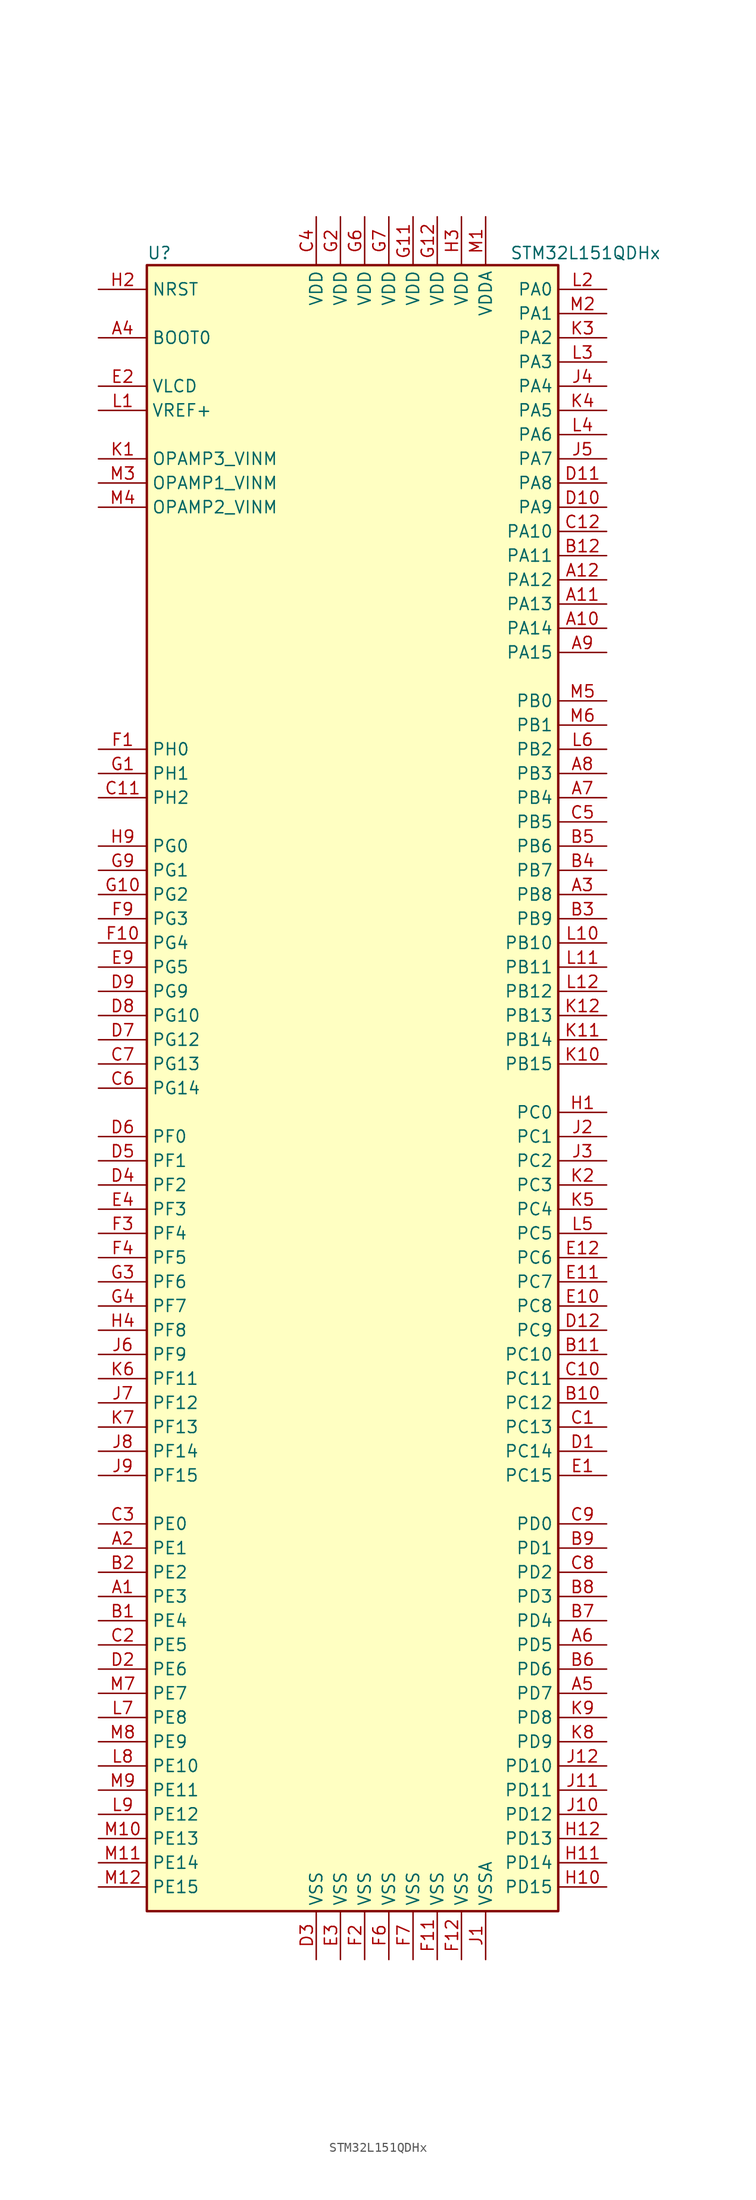
<source format=kicad_sym>
(kicad_symbol_lib
  (version 20201005)
  (generator kicad_symbol_editor)
  (symbol "STM32L151QDHx"
    (property "Reference" "U"
      (at -22.86 87.63 0)
      (effects (font (size 1.27 1.27)) (justify left)))
    (property "Value" "STM32L151QDHx"
      (at 15.24 87.63 0)
      (effects (font (size 1.27 1.27)) (justify left)))
    (symbol "STM32L151QDHx_0_1"
      (rectangle (start -22.86 -86.36) (end 20.32 86.36) (stroke (width 0.254)) (fill (type background))))
    (symbol "STM32L151QDHx_1_1"
      (pin input line (at -27.94 78.74 0) (length 5.08) (name "BOOT0" (effects (font (size 1.27 1.27)))) (number "A4" (effects (font (size 1.27 1.27)))))
      (pin input line (at -27.94 83.82 0) (length 5.08) (name "NRST" (effects (font (size 1.27 1.27)))) (number "H2" (effects (font (size 1.27 1.27)))))
      (pin bidirectional line (at -27.94 63.5 0) (length 5.08) (name "OPAMP1_VINM" (effects (font (size 1.27 1.27)))) (number "M3" (effects (font (size 1.27 1.27)))))
      (pin bidirectional line (at -27.94 60.96 0) (length 5.08) (name "OPAMP2_VINM" (effects (font (size 1.27 1.27)))) (number "M4" (effects (font (size 1.27 1.27)))))
      (pin bidirectional line (at -27.94 66.04 0) (length 5.08) (name "OPAMP3_VINM" (effects (font (size 1.27 1.27)))) (number "K1" (effects (font (size 1.27 1.27)))))
      (pin bidirectional line (at 25.4 83.82 180) (length 5.08) (name "PA0" (effects (font (size 1.27 1.27)))) (number "L2" (effects (font (size 1.27 1.27)))))
      (pin bidirectional line (at 25.4 81.28 180) (length 5.08) (name "PA1" (effects (font (size 1.27 1.27)))) (number "M2" (effects (font (size 1.27 1.27)))))
      (pin bidirectional line (at 25.4 58.42 180) (length 5.08) (name "PA10" (effects (font (size 1.27 1.27)))) (number "C12" (effects (font (size 1.27 1.27)))))
      (pin bidirectional line (at 25.4 55.88 180) (length 5.08) (name "PA11" (effects (font (size 1.27 1.27)))) (number "B12" (effects (font (size 1.27 1.27)))))
      (pin bidirectional line (at 25.4 53.34 180) (length 5.08) (name "PA12" (effects (font (size 1.27 1.27)))) (number "A12" (effects (font (size 1.27 1.27)))))
      (pin bidirectional line (at 25.4 50.8 180) (length 5.08) (name "PA13" (effects (font (size 1.27 1.27)))) (number "A11" (effects (font (size 1.27 1.27)))))
      (pin bidirectional line (at 25.4 48.26 180) (length 5.08) (name "PA14" (effects (font (size 1.27 1.27)))) (number "A10" (effects (font (size 1.27 1.27)))))
      (pin bidirectional line (at 25.4 45.72 180) (length 5.08) (name "PA15" (effects (font (size 1.27 1.27)))) (number "A9" (effects (font (size 1.27 1.27)))))
      (pin bidirectional line (at 25.4 78.74 180) (length 5.08) (name "PA2" (effects (font (size 1.27 1.27)))) (number "K3" (effects (font (size 1.27 1.27)))))
      (pin bidirectional line (at 25.4 76.2 180) (length 5.08) (name "PA3" (effects (font (size 1.27 1.27)))) (number "L3" (effects (font (size 1.27 1.27)))))
      (pin bidirectional line (at 25.4 73.66 180) (length 5.08) (name "PA4" (effects (font (size 1.27 1.27)))) (number "J4" (effects (font (size 1.27 1.27)))))
      (pin bidirectional line (at 25.4 71.12 180) (length 5.08) (name "PA5" (effects (font (size 1.27 1.27)))) (number "K4" (effects (font (size 1.27 1.27)))))
      (pin bidirectional line (at 25.4 68.58 180) (length 5.08) (name "PA6" (effects (font (size 1.27 1.27)))) (number "L4" (effects (font (size 1.27 1.27)))))
      (pin bidirectional line (at 25.4 66.04 180) (length 5.08) (name "PA7" (effects (font (size 1.27 1.27)))) (number "J5" (effects (font (size 1.27 1.27)))))
      (pin bidirectional line (at 25.4 63.5 180) (length 5.08) (name "PA8" (effects (font (size 1.27 1.27)))) (number "D11" (effects (font (size 1.27 1.27)))))
      (pin bidirectional line (at 25.4 60.96 180) (length 5.08) (name "PA9" (effects (font (size 1.27 1.27)))) (number "D10" (effects (font (size 1.27 1.27)))))
      (pin bidirectional line (at 25.4 40.64 180) (length 5.08) (name "PB0" (effects (font (size 1.27 1.27)))) (number "M5" (effects (font (size 1.27 1.27)))))
      (pin bidirectional line (at 25.4 38.1 180) (length 5.08) (name "PB1" (effects (font (size 1.27 1.27)))) (number "M6" (effects (font (size 1.27 1.27)))))
      (pin bidirectional line (at 25.4 15.24 180) (length 5.08) (name "PB10" (effects (font (size 1.27 1.27)))) (number "L10" (effects (font (size 1.27 1.27)))))
      (pin bidirectional line (at 25.4 12.7 180) (length 5.08) (name "PB11" (effects (font (size 1.27 1.27)))) (number "L11" (effects (font (size 1.27 1.27)))))
      (pin bidirectional line (at 25.4 10.16 180) (length 5.08) (name "PB12" (effects (font (size 1.27 1.27)))) (number "L12" (effects (font (size 1.27 1.27)))))
      (pin bidirectional line (at 25.4 7.62 180) (length 5.08) (name "PB13" (effects (font (size 1.27 1.27)))) (number "K12" (effects (font (size 1.27 1.27)))))
      (pin bidirectional line (at 25.4 5.08 180) (length 5.08) (name "PB14" (effects (font (size 1.27 1.27)))) (number "K11" (effects (font (size 1.27 1.27)))))
      (pin bidirectional line (at 25.4 2.54 180) (length 5.08) (name "PB15" (effects (font (size 1.27 1.27)))) (number "K10" (effects (font (size 1.27 1.27)))))
      (pin bidirectional line (at 25.4 35.56 180) (length 5.08) (name "PB2" (effects (font (size 1.27 1.27)))) (number "L6" (effects (font (size 1.27 1.27)))))
      (pin bidirectional line (at 25.4 33.02 180) (length 5.08) (name "PB3" (effects (font (size 1.27 1.27)))) (number "A8" (effects (font (size 1.27 1.27)))))
      (pin bidirectional line (at 25.4 30.48 180) (length 5.08) (name "PB4" (effects (font (size 1.27 1.27)))) (number "A7" (effects (font (size 1.27 1.27)))))
      (pin bidirectional line (at 25.4 27.94 180) (length 5.08) (name "PB5" (effects (font (size 1.27 1.27)))) (number "C5" (effects (font (size 1.27 1.27)))))
      (pin bidirectional line (at 25.4 25.4 180) (length 5.08) (name "PB6" (effects (font (size 1.27 1.27)))) (number "B5" (effects (font (size 1.27 1.27)))))
      (pin bidirectional line (at 25.4 22.86 180) (length 5.08) (name "PB7" (effects (font (size 1.27 1.27)))) (number "B4" (effects (font (size 1.27 1.27)))))
      (pin bidirectional line (at 25.4 20.32 180) (length 5.08) (name "PB8" (effects (font (size 1.27 1.27)))) (number "A3" (effects (font (size 1.27 1.27)))))
      (pin bidirectional line (at 25.4 17.78 180) (length 5.08) (name "PB9" (effects (font (size 1.27 1.27)))) (number "B3" (effects (font (size 1.27 1.27)))))
      (pin bidirectional line (at 25.4 -2.54 180) (length 5.08) (name "PC0" (effects (font (size 1.27 1.27)))) (number "H1" (effects (font (size 1.27 1.27)))))
      (pin bidirectional line (at 25.4 -5.08 180) (length 5.08) (name "PC1" (effects (font (size 1.27 1.27)))) (number "J2" (effects (font (size 1.27 1.27)))))
      (pin bidirectional line (at 25.4 -27.94 180) (length 5.08) (name "PC10" (effects (font (size 1.27 1.27)))) (number "B11" (effects (font (size 1.27 1.27)))))
      (pin bidirectional line (at 25.4 -30.48 180) (length 5.08) (name "PC11" (effects (font (size 1.27 1.27)))) (number "C10" (effects (font (size 1.27 1.27)))))
      (pin bidirectional line (at 25.4 -33.02 180) (length 5.08) (name "PC12" (effects (font (size 1.27 1.27)))) (number "B10" (effects (font (size 1.27 1.27)))))
      (pin bidirectional line (at 25.4 -35.56 180) (length 5.08) (name "PC13" (effects (font (size 1.27 1.27)))) (number "C1" (effects (font (size 1.27 1.27)))))
      (pin bidirectional line (at 25.4 -38.1 180) (length 5.08) (name "PC14" (effects (font (size 1.27 1.27)))) (number "D1" (effects (font (size 1.27 1.27)))))
      (pin bidirectional line (at 25.4 -40.64 180) (length 5.08) (name "PC15" (effects (font (size 1.27 1.27)))) (number "E1" (effects (font (size 1.27 1.27)))))
      (pin bidirectional line (at 25.4 -7.62 180) (length 5.08) (name "PC2" (effects (font (size 1.27 1.27)))) (number "J3" (effects (font (size 1.27 1.27)))))
      (pin bidirectional line (at 25.4 -10.16 180) (length 5.08) (name "PC3" (effects (font (size 1.27 1.27)))) (number "K2" (effects (font (size 1.27 1.27)))))
      (pin bidirectional line (at 25.4 -12.7 180) (length 5.08) (name "PC4" (effects (font (size 1.27 1.27)))) (number "K5" (effects (font (size 1.27 1.27)))))
      (pin bidirectional line (at 25.4 -15.24 180) (length 5.08) (name "PC5" (effects (font (size 1.27 1.27)))) (number "L5" (effects (font (size 1.27 1.27)))))
      (pin bidirectional line (at 25.4 -17.78 180) (length 5.08) (name "PC6" (effects (font (size 1.27 1.27)))) (number "E12" (effects (font (size 1.27 1.27)))))
      (pin bidirectional line (at 25.4 -20.32 180) (length 5.08) (name "PC7" (effects (font (size 1.27 1.27)))) (number "E11" (effects (font (size 1.27 1.27)))))
      (pin bidirectional line (at 25.4 -22.86 180) (length 5.08) (name "PC8" (effects (font (size 1.27 1.27)))) (number "E10" (effects (font (size 1.27 1.27)))))
      (pin bidirectional line (at 25.4 -25.4 180) (length 5.08) (name "PC9" (effects (font (size 1.27 1.27)))) (number "D12" (effects (font (size 1.27 1.27)))))
      (pin bidirectional line (at 25.4 -45.72 180) (length 5.08) (name "PD0" (effects (font (size 1.27 1.27)))) (number "C9" (effects (font (size 1.27 1.27)))))
      (pin bidirectional line (at 25.4 -48.26 180) (length 5.08) (name "PD1" (effects (font (size 1.27 1.27)))) (number "B9" (effects (font (size 1.27 1.27)))))
      (pin bidirectional line (at 25.4 -71.12 180) (length 5.08) (name "PD10" (effects (font (size 1.27 1.27)))) (number "J12" (effects (font (size 1.27 1.27)))))
      (pin bidirectional line (at 25.4 -73.66 180) (length 5.08) (name "PD11" (effects (font (size 1.27 1.27)))) (number "J11" (effects (font (size 1.27 1.27)))))
      (pin bidirectional line (at 25.4 -76.2 180) (length 5.08) (name "PD12" (effects (font (size 1.27 1.27)))) (number "J10" (effects (font (size 1.27 1.27)))))
      (pin bidirectional line (at 25.4 -78.74 180) (length 5.08) (name "PD13" (effects (font (size 1.27 1.27)))) (number "H12" (effects (font (size 1.27 1.27)))))
      (pin bidirectional line (at 25.4 -81.28 180) (length 5.08) (name "PD14" (effects (font (size 1.27 1.27)))) (number "H11" (effects (font (size 1.27 1.27)))))
      (pin bidirectional line (at 25.4 -83.82 180) (length 5.08) (name "PD15" (effects (font (size 1.27 1.27)))) (number "H10" (effects (font (size 1.27 1.27)))))
      (pin bidirectional line (at 25.4 -50.8 180) (length 5.08) (name "PD2" (effects (font (size 1.27 1.27)))) (number "C8" (effects (font (size 1.27 1.27)))))
      (pin bidirectional line (at 25.4 -53.34 180) (length 5.08) (name "PD3" (effects (font (size 1.27 1.27)))) (number "B8" (effects (font (size 1.27 1.27)))))
      (pin bidirectional line (at 25.4 -55.88 180) (length 5.08) (name "PD4" (effects (font (size 1.27 1.27)))) (number "B7" (effects (font (size 1.27 1.27)))))
      (pin bidirectional line (at 25.4 -58.42 180) (length 5.08) (name "PD5" (effects (font (size 1.27 1.27)))) (number "A6" (effects (font (size 1.27 1.27)))))
      (pin bidirectional line (at 25.4 -60.96 180) (length 5.08) (name "PD6" (effects (font (size 1.27 1.27)))) (number "B6" (effects (font (size 1.27 1.27)))))
      (pin bidirectional line (at 25.4 -63.5 180) (length 5.08) (name "PD7" (effects (font (size 1.27 1.27)))) (number "A5" (effects (font (size 1.27 1.27)))))
      (pin bidirectional line (at 25.4 -66.04 180) (length 5.08) (name "PD8" (effects (font (size 1.27 1.27)))) (number "K9" (effects (font (size 1.27 1.27)))))
      (pin bidirectional line (at 25.4 -68.58 180) (length 5.08) (name "PD9" (effects (font (size 1.27 1.27)))) (number "K8" (effects (font (size 1.27 1.27)))))
      (pin bidirectional line (at -27.94 -45.72 0) (length 5.08) (name "PE0" (effects (font (size 1.27 1.27)))) (number "C3" (effects (font (size 1.27 1.27)))))
      (pin bidirectional line (at -27.94 -48.26 0) (length 5.08) (name "PE1" (effects (font (size 1.27 1.27)))) (number "A2" (effects (font (size 1.27 1.27)))))
      (pin bidirectional line (at -27.94 -71.12 0) (length 5.08) (name "PE10" (effects (font (size 1.27 1.27)))) (number "L8" (effects (font (size 1.27 1.27)))))
      (pin bidirectional line (at -27.94 -73.66 0) (length 5.08) (name "PE11" (effects (font (size 1.27 1.27)))) (number "M9" (effects (font (size 1.27 1.27)))))
      (pin bidirectional line (at -27.94 -76.2 0) (length 5.08) (name "PE12" (effects (font (size 1.27 1.27)))) (number "L9" (effects (font (size 1.27 1.27)))))
      (pin bidirectional line (at -27.94 -78.74 0) (length 5.08) (name "PE13" (effects (font (size 1.27 1.27)))) (number "M10" (effects (font (size 1.27 1.27)))))
      (pin bidirectional line (at -27.94 -81.28 0) (length 5.08) (name "PE14" (effects (font (size 1.27 1.27)))) (number "M11" (effects (font (size 1.27 1.27)))))
      (pin bidirectional line (at -27.94 -83.82 0) (length 5.08) (name "PE15" (effects (font (size 1.27 1.27)))) (number "M12" (effects (font (size 1.27 1.27)))))
      (pin bidirectional line (at -27.94 -50.8 0) (length 5.08) (name "PE2" (effects (font (size 1.27 1.27)))) (number "B2" (effects (font (size 1.27 1.27)))))
      (pin bidirectional line (at -27.94 -53.34 0) (length 5.08) (name "PE3" (effects (font (size 1.27 1.27)))) (number "A1" (effects (font (size 1.27 1.27)))))
      (pin bidirectional line (at -27.94 -55.88 0) (length 5.08) (name "PE4" (effects (font (size 1.27 1.27)))) (number "B1" (effects (font (size 1.27 1.27)))))
      (pin bidirectional line (at -27.94 -58.42 0) (length 5.08) (name "PE5" (effects (font (size 1.27 1.27)))) (number "C2" (effects (font (size 1.27 1.27)))))
      (pin bidirectional line (at -27.94 -60.96 0) (length 5.08) (name "PE6" (effects (font (size 1.27 1.27)))) (number "D2" (effects (font (size 1.27 1.27)))))
      (pin bidirectional line (at -27.94 -63.5 0) (length 5.08) (name "PE7" (effects (font (size 1.27 1.27)))) (number "M7" (effects (font (size 1.27 1.27)))))
      (pin bidirectional line (at -27.94 -66.04 0) (length 5.08) (name "PE8" (effects (font (size 1.27 1.27)))) (number "L7" (effects (font (size 1.27 1.27)))))
      (pin bidirectional line (at -27.94 -68.58 0) (length 5.08) (name "PE9" (effects (font (size 1.27 1.27)))) (number "M8" (effects (font (size 1.27 1.27)))))
      (pin bidirectional line (at -27.94 -5.08 0) (length 5.08) (name "PF0" (effects (font (size 1.27 1.27)))) (number "D6" (effects (font (size 1.27 1.27)))))
      (pin bidirectional line (at -27.94 -7.62 0) (length 5.08) (name "PF1" (effects (font (size 1.27 1.27)))) (number "D5" (effects (font (size 1.27 1.27)))))
      (pin bidirectional line (at -27.94 -30.48 0) (length 5.08) (name "PF11" (effects (font (size 1.27 1.27)))) (number "K6" (effects (font (size 1.27 1.27)))))
      (pin bidirectional line (at -27.94 -33.02 0) (length 5.08) (name "PF12" (effects (font (size 1.27 1.27)))) (number "J7" (effects (font (size 1.27 1.27)))))
      (pin bidirectional line (at -27.94 -35.56 0) (length 5.08) (name "PF13" (effects (font (size 1.27 1.27)))) (number "K7" (effects (font (size 1.27 1.27)))))
      (pin bidirectional line (at -27.94 -38.1 0) (length 5.08) (name "PF14" (effects (font (size 1.27 1.27)))) (number "J8" (effects (font (size 1.27 1.27)))))
      (pin bidirectional line (at -27.94 -40.64 0) (length 5.08) (name "PF15" (effects (font (size 1.27 1.27)))) (number "J9" (effects (font (size 1.27 1.27)))))
      (pin bidirectional line (at -27.94 -10.16 0) (length 5.08) (name "PF2" (effects (font (size 1.27 1.27)))) (number "D4" (effects (font (size 1.27 1.27)))))
      (pin bidirectional line (at -27.94 -12.7 0) (length 5.08) (name "PF3" (effects (font (size 1.27 1.27)))) (number "E4" (effects (font (size 1.27 1.27)))))
      (pin bidirectional line (at -27.94 -15.24 0) (length 5.08) (name "PF4" (effects (font (size 1.27 1.27)))) (number "F3" (effects (font (size 1.27 1.27)))))
      (pin bidirectional line (at -27.94 -17.78 0) (length 5.08) (name "PF5" (effects (font (size 1.27 1.27)))) (number "F4" (effects (font (size 1.27 1.27)))))
      (pin bidirectional line (at -27.94 -20.32 0) (length 5.08) (name "PF6" (effects (font (size 1.27 1.27)))) (number "G3" (effects (font (size 1.27 1.27)))))
      (pin bidirectional line (at -27.94 -22.86 0) (length 5.08) (name "PF7" (effects (font (size 1.27 1.27)))) (number "G4" (effects (font (size 1.27 1.27)))))
      (pin bidirectional line (at -27.94 -25.4 0) (length 5.08) (name "PF8" (effects (font (size 1.27 1.27)))) (number "H4" (effects (font (size 1.27 1.27)))))
      (pin bidirectional line (at -27.94 -27.94 0) (length 5.08) (name "PF9" (effects (font (size 1.27 1.27)))) (number "J6" (effects (font (size 1.27 1.27)))))
      (pin bidirectional line (at -27.94 25.4 0) (length 5.08) (name "PG0" (effects (font (size 1.27 1.27)))) (number "H9" (effects (font (size 1.27 1.27)))))
      (pin bidirectional line (at -27.94 22.86 0) (length 5.08) (name "PG1" (effects (font (size 1.27 1.27)))) (number "G9" (effects (font (size 1.27 1.27)))))
      (pin bidirectional line (at -27.94 7.62 0) (length 5.08) (name "PG10" (effects (font (size 1.27 1.27)))) (number "D8" (effects (font (size 1.27 1.27)))))
      (pin bidirectional line (at -27.94 5.08 0) (length 5.08) (name "PG12" (effects (font (size 1.27 1.27)))) (number "D7" (effects (font (size 1.27 1.27)))))
      (pin bidirectional line (at -27.94 2.54 0) (length 5.08) (name "PG13" (effects (font (size 1.27 1.27)))) (number "C7" (effects (font (size 1.27 1.27)))))
      (pin bidirectional line (at -27.94 0 0) (length 5.08) (name "PG14" (effects (font (size 1.27 1.27)))) (number "C6" (effects (font (size 1.27 1.27)))))
      (pin bidirectional line (at -27.94 20.32 0) (length 5.08) (name "PG2" (effects (font (size 1.27 1.27)))) (number "G10" (effects (font (size 1.27 1.27)))))
      (pin bidirectional line (at -27.94 17.78 0) (length 5.08) (name "PG3" (effects (font (size 1.27 1.27)))) (number "F9" (effects (font (size 1.27 1.27)))))
      (pin bidirectional line (at -27.94 15.24 0) (length 5.08) (name "PG4" (effects (font (size 1.27 1.27)))) (number "F10" (effects (font (size 1.27 1.27)))))
      (pin bidirectional line (at -27.94 12.7 0) (length 5.08) (name "PG5" (effects (font (size 1.27 1.27)))) (number "E9" (effects (font (size 1.27 1.27)))))
      (pin bidirectional line (at -27.94 10.16 0) (length 5.08) (name "PG9" (effects (font (size 1.27 1.27)))) (number "D9" (effects (font (size 1.27 1.27)))))
      (pin input line (at -27.94 35.56 0) (length 5.08) (name "PH0" (effects (font (size 1.27 1.27)))) (number "F1" (effects (font (size 1.27 1.27)))))
      (pin input line (at -27.94 33.02 0) (length 5.08) (name "PH1" (effects (font (size 1.27 1.27)))) (number "G1" (effects (font (size 1.27 1.27)))))
      (pin bidirectional line (at -27.94 30.48 0) (length 5.08) (name "PH2" (effects (font (size 1.27 1.27)))) (number "C11" (effects (font (size 1.27 1.27)))))
      (pin power_in line (at -5.08 91.44 270) (length 5.08) (name "VDD" (effects (font (size 1.27 1.27)))) (number "C4" (effects (font (size 1.27 1.27)))))
      (pin power_in line (at 5.08 91.44 270) (length 5.08) (name "VDD" (effects (font (size 1.27 1.27)))) (number "G11" (effects (font (size 1.27 1.27)))))
      (pin power_in line (at 7.62 91.44 270) (length 5.08) (name "VDD" (effects (font (size 1.27 1.27)))) (number "G12" (effects (font (size 1.27 1.27)))))
      (pin power_in line (at -2.54 91.44 270) (length 5.08) (name "VDD" (effects (font (size 1.27 1.27)))) (number "G2" (effects (font (size 1.27 1.27)))))
      (pin power_in line (at 0 91.44 270) (length 5.08) (name "VDD" (effects (font (size 1.27 1.27)))) (number "G6" (effects (font (size 1.27 1.27)))))
      (pin power_in line (at 2.54 91.44 270) (length 5.08) (name "VDD" (effects (font (size 1.27 1.27)))) (number "G7" (effects (font (size 1.27 1.27)))))
      (pin power_in line (at 10.16 91.44 270) (length 5.08) (name "VDD" (effects (font (size 1.27 1.27)))) (number "H3" (effects (font (size 1.27 1.27)))))
      (pin power_in line (at 12.7 91.44 270) (length 5.08) (name "VDDA" (effects (font (size 1.27 1.27)))) (number "M1" (effects (font (size 1.27 1.27)))))
      (pin power_in line (at -27.94 73.66 0) (length 5.08) (name "VLCD" (effects (font (size 1.27 1.27)))) (number "E2" (effects (font (size 1.27 1.27)))))
      (pin power_in line (at -27.94 71.12 0) (length 5.08) (name "VREF+" (effects (font (size 1.27 1.27)))) (number "L1" (effects (font (size 1.27 1.27)))))
      (pin power_in line (at -5.08 -91.44 90) (length 5.08) (name "VSS" (effects (font (size 1.27 1.27)))) (number "D3" (effects (font (size 1.27 1.27)))))
      (pin power_in line (at -2.54 -91.44 90) (length 5.08) (name "VSS" (effects (font (size 1.27 1.27)))) (number "E3" (effects (font (size 1.27 1.27)))))
      (pin power_in line (at 7.62 -91.44 90) (length 5.08) (name "VSS" (effects (font (size 1.27 1.27)))) (number "F11" (effects (font (size 1.27 1.27)))))
      (pin power_in line (at 10.16 -91.44 90) (length 5.08) (name "VSS" (effects (font (size 1.27 1.27)))) (number "F12" (effects (font (size 1.27 1.27)))))
      (pin power_in line (at 0 -91.44 90) (length 5.08) (name "VSS" (effects (font (size 1.27 1.27)))) (number "F2" (effects (font (size 1.27 1.27)))))
      (pin power_in line (at 2.54 -91.44 90) (length 5.08) (name "VSS" (effects (font (size 1.27 1.27)))) (number "F6" (effects (font (size 1.27 1.27)))))
      (pin power_in line (at 5.08 -91.44 90) (length 5.08) (name "VSS" (effects (font (size 1.27 1.27)))) (number "F7" (effects (font (size 1.27 1.27)))))
      (pin power_in line (at 12.7 -91.44 90) (length 5.08) (name "VSSA" (effects (font (size 1.27 1.27)))) (number "J1" (effects (font (size 1.27 1.27))))))))
</source>
